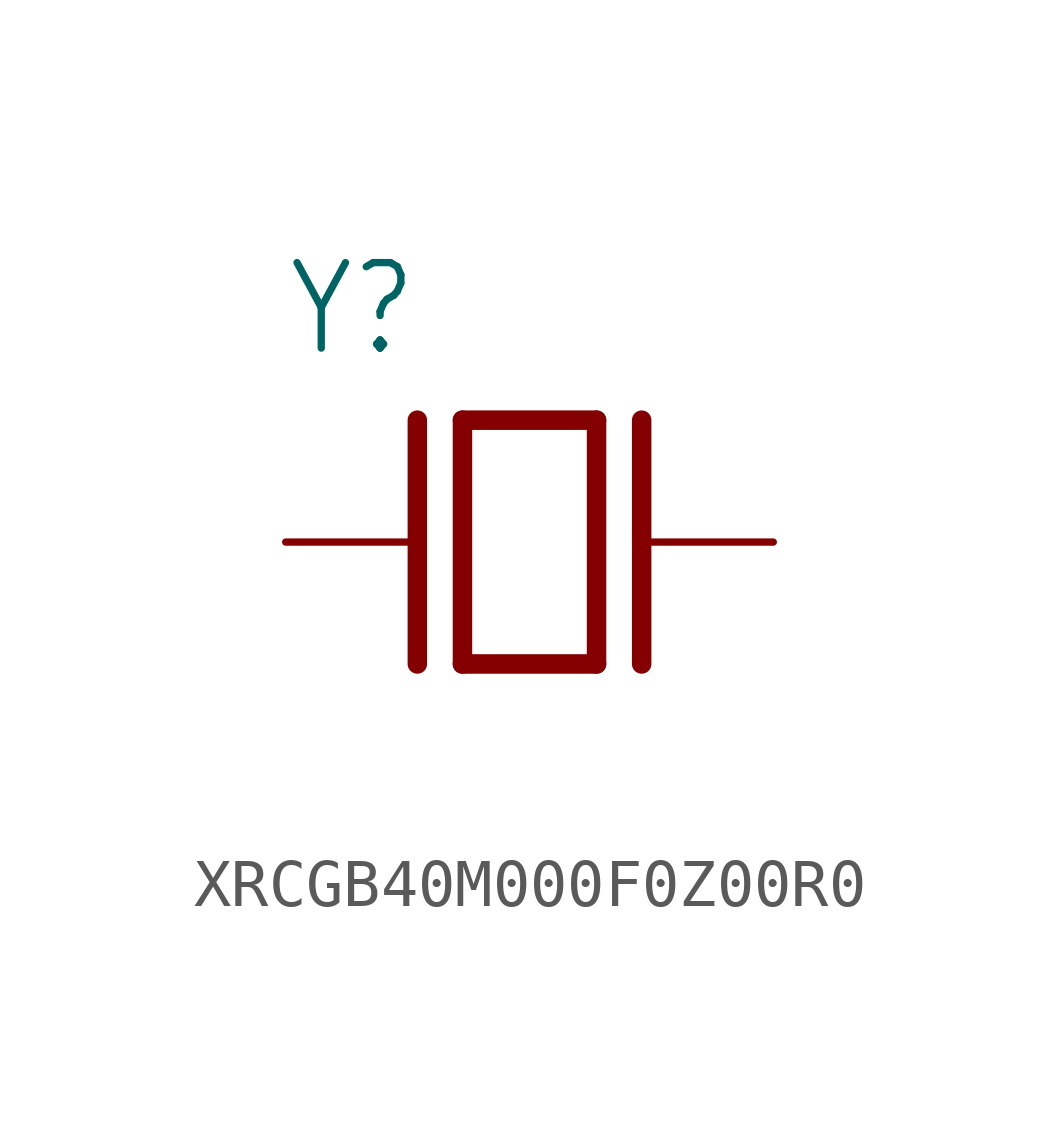
<source format=kicad_sym>
(kicad_symbol_lib
  (version 20241209)
  (generator "kicad_symbol_editor")
  (generator_version "9.0")
  (symbol "XRCGB40M000F0Z00R0"
    (property "Reference" "Y"
      (at -5.088 3.816 0)
      (effects (font (size 1.781 1.514)) (justify left bottom)))
    (property "Value" ""
      (at -5.094 -5.094 0)
      (effects (font (size 1.783 1.516)) (justify left bottom)))
    (property "ki_locked" ""
      (at 0 0 0)
      (effects (font (size 1.27 1.27))))
    (symbol "XRCGB40M000F0Z00R0_1_0"
      (polyline (pts (xy -2.337 2.54) (xy -2.337 -2.54)) (stroke (width 0.406) (type solid)) (fill (type none)))
      (polyline (pts (xy -1.397 2.54) (xy -1.397 -2.54)) (stroke (width 0.406) (type solid)) (fill (type none)))
      (polyline (pts (xy -1.397 2.54) (xy 1.397 2.54)) (stroke (width 0.406) (type solid)) (fill (type none)))
      (polyline (pts (xy 1.397 2.54) (xy 1.397 -2.54)) (stroke (width 0.406) (type solid)) (fill (type none)))
      (polyline (pts (xy 1.397 -2.54) (xy -1.397 -2.54)) (stroke (width 0.406) (type solid)) (fill (type none)))
      (polyline (pts (xy 2.337 2.54) (xy 2.337 -2.54)) (stroke (width 0.406) (type solid)) (fill (type none)))
      (pin passive line (at -5.08 0 0) (length 2.54) (name "1" (effects (font (size 0 0)))) (number "1" (effects (font (size 0 0)))))
      (pin passive line (at 5.08 0 180) (length 2.54) (name "3" (effects (font (size 0 0)))) (number "3" (effects (font (size 0 0))))))))
</source>
